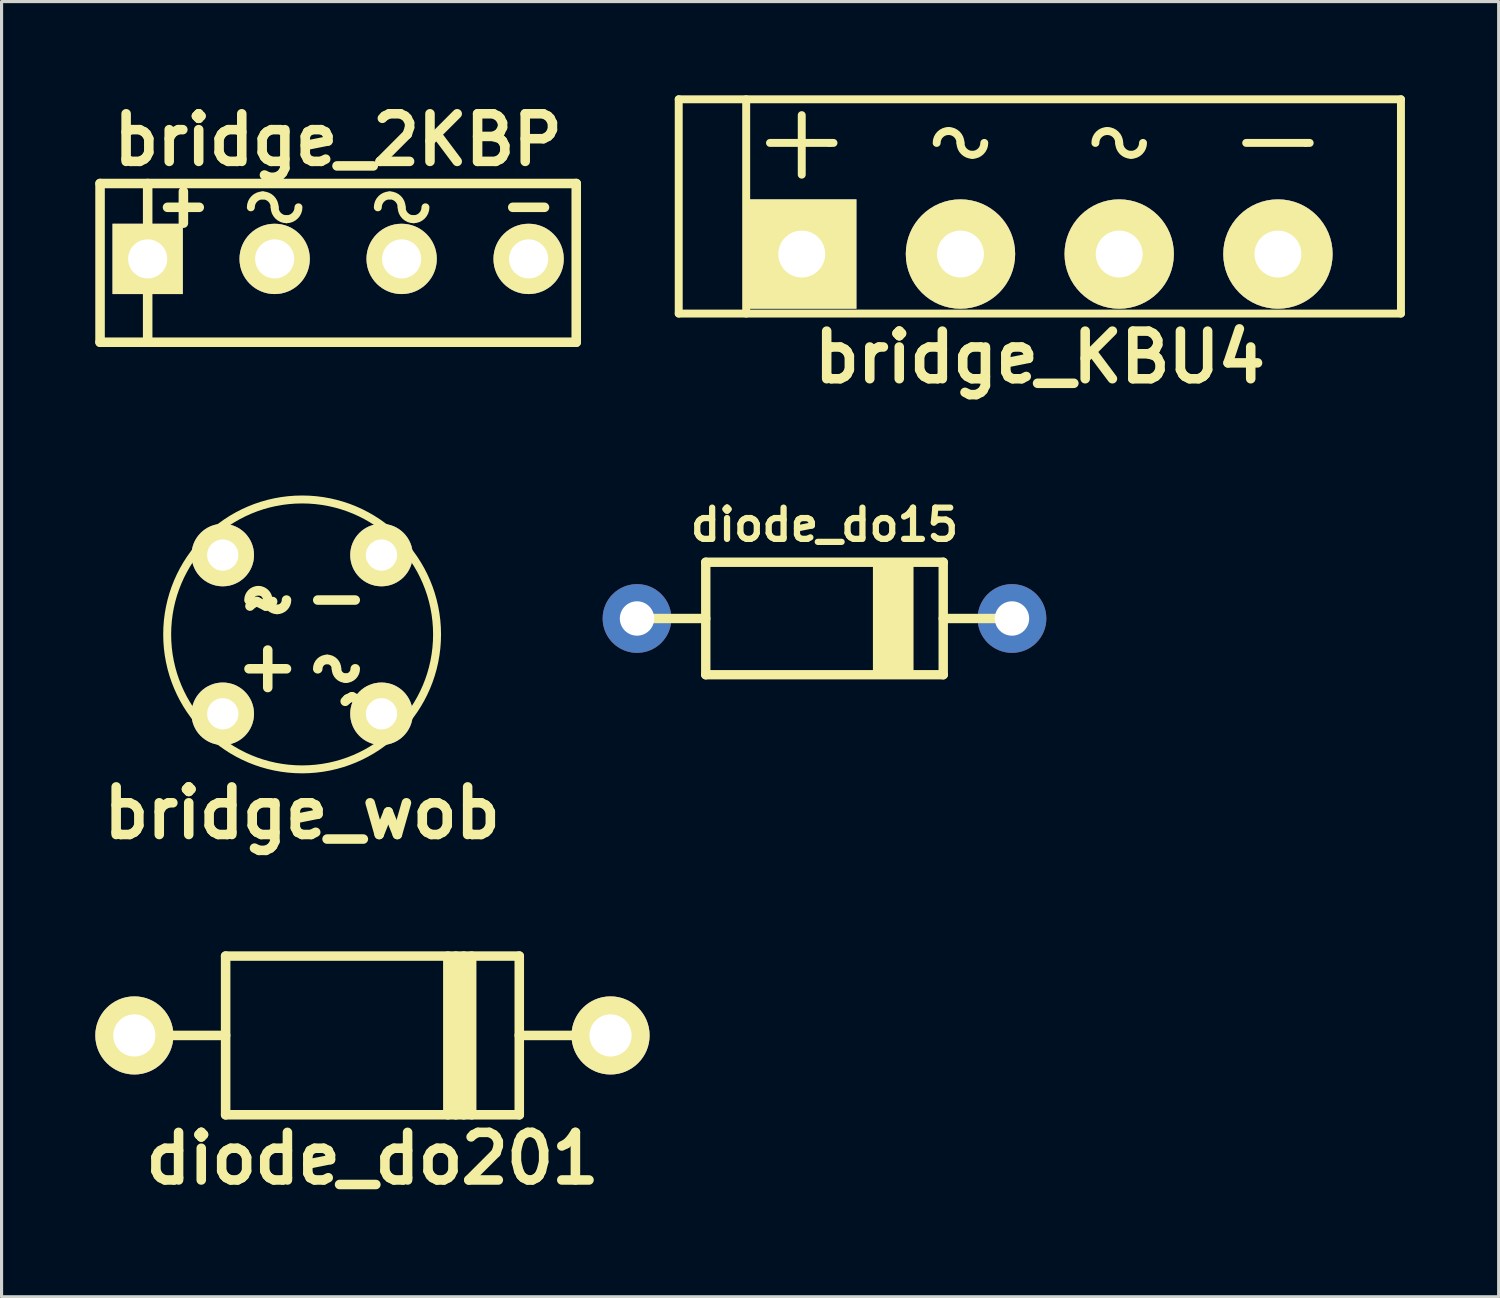
<source format=kicad_pcb>
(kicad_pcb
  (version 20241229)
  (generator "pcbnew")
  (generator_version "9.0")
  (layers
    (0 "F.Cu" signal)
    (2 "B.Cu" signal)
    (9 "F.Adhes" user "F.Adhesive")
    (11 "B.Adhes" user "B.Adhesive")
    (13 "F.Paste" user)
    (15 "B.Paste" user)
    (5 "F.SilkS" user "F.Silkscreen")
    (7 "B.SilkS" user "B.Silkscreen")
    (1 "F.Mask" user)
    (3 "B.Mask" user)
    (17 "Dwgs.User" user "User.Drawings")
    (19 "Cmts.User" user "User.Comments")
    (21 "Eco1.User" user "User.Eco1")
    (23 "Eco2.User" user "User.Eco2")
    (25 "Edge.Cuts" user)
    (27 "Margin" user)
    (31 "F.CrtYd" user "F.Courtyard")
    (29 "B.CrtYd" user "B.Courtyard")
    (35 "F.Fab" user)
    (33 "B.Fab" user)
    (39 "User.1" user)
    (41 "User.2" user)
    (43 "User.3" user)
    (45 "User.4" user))
  (footprint "diode_do201"
    (layer "F.Cu")
    (at 8.87 30.088)
    (property "Reference" "diode_do201" (at 0 3.937 0) (layer "F.SilkS") (effects (font (size 1.524 1.524) (thickness 0.305))))
    (attr through_hole)
    (fp_line (start -7.62 0) (end -4.699 0) (stroke (width 0.305) (type solid)) (layer "F.SilkS"))
    (fp_line (start -4.699 -2.54) (end 4.699 -2.54) (stroke (width 0.305) (type solid)) (layer "F.SilkS"))
    (fp_line (start -4.699 2.54) (end -4.699 -2.54) (stroke (width 0.305) (type solid)) (layer "F.SilkS"))
    (fp_line (start 2.413 2.54) (end 2.413 -2.54) (stroke (width 0.305) (type solid)) (layer "F.SilkS"))
    (fp_line (start 2.667 -2.54) (end 2.667 2.54) (stroke (width 0.305) (type solid)) (layer "F.SilkS"))
    (fp_line (start 2.921 2.54) (end 2.921 -2.54) (stroke (width 0.305) (type solid)) (layer "F.SilkS"))
    (fp_line (start 3.175 -2.54) (end 3.175 2.54) (stroke (width 0.305) (type solid)) (layer "F.SilkS"))
    (fp_line (start 4.699 -2.54) (end 4.699 2.54) (stroke (width 0.305) (type solid)) (layer "F.SilkS"))
    (fp_line (start 4.699 2.54) (end -4.699 2.54) (stroke (width 0.305) (type solid)) (layer "F.SilkS"))
    (fp_line (start 7.62 0) (end 4.699 0) (stroke (width 0.305) (type solid)) (layer "F.SilkS"))
    (pad "1" thru_hole circle (at -7.62 0) (size 2.5 2.5) (drill 1.35) (layers "*.Cu" "*.Mask" "F.SilkS"))
    (pad "2" thru_hole circle (at 7.62 0) (size 2.5 2.5) (drill 1.35) (layers "*.Cu" "*.Mask" "F.SilkS")))
  (footprint "bridge_2KBP"
    (layer "F.Cu")
    (at 7.772 5.236)
    (property "Reference" "bridge_2KBP" (at 0 -3.81 0) (layer "F.SilkS") (effects (font (size 1.524 1.524) (thickness 0.305))))
    (attr through_hole)
    (fp_line (start -7.62 -2.413) (end 7.62 -2.413) (stroke (width 0.305) (type solid)) (layer "F.SilkS"))
    (fp_line (start -7.62 2.667) (end -7.62 -2.413) (stroke (width 0.305) (type solid)) (layer "F.SilkS"))
    (fp_line (start -6.096 -2.413) (end -6.096 2.667) (stroke (width 0.305) (type solid)) (layer "F.SilkS"))
    (fp_line (start -4.953 -2.159) (end -4.953 -1.143) (stroke (width 0.305) (type solid)) (layer "F.SilkS"))
    (fp_line (start -4.445 -1.651) (end -5.461 -1.651) (stroke (width 0.305) (type solid)) (layer "F.SilkS"))
    (fp_line (start 6.604 -1.651) (end 5.588 -1.651) (stroke (width 0.305) (type solid)) (layer "F.SilkS"))
    (fp_line (start 7.62 -2.413) (end 7.62 2.667) (stroke (width 0.305) (type solid)) (layer "F.SilkS"))
    (fp_line (start 7.62 2.667) (end -7.62 2.667) (stroke (width 0.305) (type solid)) (layer "F.SilkS"))
    (fp_arc (start -2.794 -1.651) (mid -2.682408 -1.920408) (end -2.413 -2.032) (stroke (width 0.254) (type solid)) (layer "F.SilkS"))
    (fp_arc (start -2.413 -2.032) (mid -2.143592 -1.920408) (end -2.032 -1.651) (stroke (width 0.254) (type solid)) (layer "F.SilkS"))
    (fp_arc (start -1.651 -1.27) (mid -1.920408 -1.381592) (end -2.032 -1.651) (stroke (width 0.254) (type solid)) (layer "F.SilkS"))
    (fp_arc (start -1.27 -1.651) (mid -1.381592 -1.381592) (end -1.651 -1.27) (stroke (width 0.254) (type solid)) (layer "F.SilkS"))
    (fp_arc (start 1.27 -1.651) (mid 1.381592 -1.920408) (end 1.651 -2.032) (stroke (width 0.254) (type solid)) (layer "F.SilkS"))
    (fp_arc (start 1.651 -2.032) (mid 1.920408 -1.920408) (end 2.032 -1.651) (stroke (width 0.254) (type solid)) (layer "F.SilkS"))
    (fp_arc (start 2.413 -1.27) (mid 2.143592 -1.381592) (end 2.032 -1.651) (stroke (width 0.254) (type solid)) (layer "F.SilkS"))
    (fp_arc (start 2.794 -1.651) (mid 2.682408 -1.381592) (end 2.413 -1.27) (stroke (width 0.254) (type solid)) (layer "F.SilkS"))
    (pad "1" thru_hole rect (at -6.096 0) (size 2.25 2.25) (drill 1.25) (layers "*.Cu" "*.Mask" "F.SilkS"))
    (pad "2" thru_hole circle (at -2.032 0) (size 2.25 2.25) (drill 1.25) (layers "*.Cu" "*.Mask" "F.SilkS"))
    (pad "3" thru_hole circle (at 2.032 0) (size 2.25 2.25) (drill 1.25) (layers "*.Cu" "*.Mask" "F.SilkS"))
    (pad "4" thru_hole circle (at 6.096 0) (size 2.25 2.25) (drill 1.25) (layers "*.Cu" "*.Mask" "F.SilkS")))
  (footprint "bridge_KBU4"
    (layer "F.Cu")
    (at 30.229 5.08)
    (property "Reference" "bridge_KBU4" (at 0 3.302 0) (layer "F.SilkS") (effects (font (size 1.524 1.524) (thickness 0.305))))
    (attr through_hole)
    (fp_line (start -11.557 -4.953) (end -11.557 1.905) (stroke (width 0.254) (type solid)) (layer "F.SilkS"))
    (fp_line (start -11.557 1.905) (end 11.557 1.905) (stroke (width 0.254) (type solid)) (layer "F.SilkS"))
    (fp_line (start -9.398 -4.953) (end -9.398 1.905) (stroke (width 0.254) (type solid)) (layer "F.SilkS"))
    (fp_line (start -8.636 -3.556) (end -6.731 -3.556) (stroke (width 0.254) (type solid)) (layer "F.SilkS"))
    (fp_line (start -7.62 -4.445) (end -7.62 -2.54) (stroke (width 0.254) (type solid)) (layer "F.SilkS"))
    (fp_line (start -6.731 -3.556) (end -6.604 -3.556) (stroke (width 0.254) (type solid)) (layer "F.SilkS"))
    (fp_line (start 6.604 -3.556) (end 8.509 -3.556) (stroke (width 0.254) (type solid)) (layer "F.SilkS"))
    (fp_line (start 8.509 -3.556) (end 8.636 -3.556) (stroke (width 0.254) (type solid)) (layer "F.SilkS"))
    (fp_line (start 11.557 -4.953) (end -11.557 -4.953) (stroke (width 0.254) (type solid)) (layer "F.SilkS"))
    (fp_line (start 11.557 1.905) (end 11.557 -4.953) (stroke (width 0.254) (type solid)) (layer "F.SilkS"))
    (fp_arc (start -3.302 -3.556) (mid -3.190408 -3.825408) (end -2.921 -3.937) (stroke (width 0.254) (type solid)) (layer "F.SilkS"))
    (fp_arc (start -2.921 -3.937) (mid -2.651592 -3.825408) (end -2.54 -3.556) (stroke (width 0.254) (type solid)) (layer "F.SilkS"))
    (fp_arc (start -2.159 -3.175) (mid -2.428408 -3.286592) (end -2.54 -3.556) (stroke (width 0.254) (type solid)) (layer "F.SilkS"))
    (fp_arc (start -1.778 -3.556) (mid -1.889592 -3.286592) (end -2.159 -3.175) (stroke (width 0.254) (type solid)) (layer "F.SilkS"))
    (fp_arc (start 1.778 -3.556) (mid 1.889592 -3.825408) (end 2.159 -3.937) (stroke (width 0.254) (type solid)) (layer "F.SilkS"))
    (fp_arc (start 2.159 -3.937) (mid 2.428408 -3.825408) (end 2.54 -3.556) (stroke (width 0.254) (type solid)) (layer "F.SilkS"))
    (fp_arc (start 2.921 -3.175) (mid 2.651592 -3.286592) (end 2.54 -3.556) (stroke (width 0.254) (type solid)) (layer "F.SilkS"))
    (fp_arc (start 3.302 -3.556) (mid 3.190408 -3.286592) (end 2.921 -3.175) (stroke (width 0.254) (type solid)) (layer "F.SilkS"))
    (pad "1" thru_hole rect (at -7.62 0) (size 3.5 3.5) (drill 1.5) (layers "*.Cu" "*.Mask" "F.SilkS"))
    (pad "2" thru_hole circle (at -2.54 0) (size 3.5 3.5) (drill 1.5) (layers "*.Cu" "*.Mask" "F.SilkS"))
    (pad "3" thru_hole circle (at 2.54 0) (size 3.5 3.5) (drill 1.5) (layers "*.Cu" "*.Mask" "F.SilkS"))
    (pad "4" thru_hole circle (at 7.62 0) (size 3.5 3.5) (drill 1.5) (layers "*.Cu" "*.Mask" "F.SilkS")))
  (footprint "diode_do15"
    (layer "F.Cu")
    (at 23.337 16.744)
    (property "Reference" "diode_do15" (at 0 -3 0) (layer "F.SilkS") (effects (font (size 1 1) (thickness 0.2))))
    (attr through_hole)
    (fp_line (start -6 0) (end -3.8 0) (stroke (width 0.3) (type solid)) (layer "F.SilkS"))
    (fp_line (start -3.8 -1.8) (end 3.8 -1.8) (stroke (width 0.3) (type solid)) (layer "F.SilkS"))
    (fp_line (start -3.8 1.8) (end -3.8 -1.8) (stroke (width 0.3) (type solid)) (layer "F.SilkS"))
    (fp_line (start 3.8 -1.8) (end 3.8 1.8) (stroke (width 0.3) (type solid)) (layer "F.SilkS"))
    (fp_line (start 3.8 1.8) (end -3.8 1.8) (stroke (width 0.3) (type solid)) (layer "F.SilkS"))
    (fp_line (start 6 0) (end 3.8 0) (stroke (width 0.3) (type solid)) (layer "F.SilkS"))
    (fp_poly (pts (xy 2.8 1.8) (xy 1.6 1.8) (xy 1.6 -1.8) (xy 2.8 -1.8)) (stroke (width 0.1) (type solid)) (fill yes) (layer "F.SilkS"))
    (pad "1" thru_hole circle (at -6 0) (size 2.2 2.2) (drill 1.1) (layers "*.Cu" "*.Mask"))
    (pad "2" thru_hole circle (at 6 0) (size 2.2 2.2) (drill 1.1) (layers "*.Cu" "*.Mask")))
  (footprint "bridge_wob"
    (layer "F.Cu")
    (at 6.619 17.254)
    (property "Reference" "bridge_wob" (at 0 5.715 0) (layer "F.SilkS") (effects (font (size 1.524 1.524) (thickness 0.305))))
    (attr through_hole)
    (fp_line (start -1.1 0.5) (end -1.1 1.7) (stroke (width 0.305) (type solid)) (layer "F.SilkS"))
    (fp_line (start -0.5 1.1) (end -1.7 1.1) (stroke (width 0.305) (type solid)) (layer "F.SilkS"))
    (fp_line (start 1.7 -1.1) (end 0.5 -1.1) (stroke (width 0.305) (type solid)) (layer "F.SilkS"))
    (fp_arc (start -1.7 -1.1) (mid -1.612132 -1.312132) (end -1.4 -1.4) (stroke (width 0.3048) (type solid)) (layer "F.SilkS"))
    (fp_arc (start -1.4 -1.4) (mid -1.187868 -1.312132) (end -1.1 -1.1) (stroke (width 0.3048) (type solid)) (layer "F.SilkS"))
    (fp_arc (start -0.8 -0.8) (mid -1.012132 -0.887868) (end -1.1 -1.1) (stroke (width 0.3048) (type solid)) (layer "F.SilkS"))
    (fp_arc (start -0.5 -1.1) (mid -0.587868 -0.887868) (end -0.8 -0.8) (stroke (width 0.3048) (type solid)) (layer "F.SilkS"))
    (fp_arc (start 0.5 1.1) (mid 0.587868 0.887868) (end 0.8 0.8) (stroke (width 0.3048) (type solid)) (layer "F.SilkS"))
    (fp_arc (start 0.8 0.8) (mid 1.012132 0.887868) (end 1.1 1.1) (stroke (width 0.3048) (type solid)) (layer "F.SilkS"))
    (fp_arc (start 1.4 1.4) (mid 1.187868 1.312132) (end 1.1 1.1) (stroke (width 0.3048) (type solid)) (layer "F.SilkS"))
    (fp_arc (start 1.7 1.1) (mid 1.612132 1.312132) (end 1.4 1.4) (stroke (width 0.3048) (type solid)) (layer "F.SilkS"))
    (fp_circle (center 0 0) (end -4.318 -0.076) (stroke (width 0.254) (type solid)) (fill no) (layer "F.SilkS"))
    (fp_text user "~" (at 1.778 2.032 0) (layer "F.SilkS") (effects (font (size 1.524 1.524) (thickness 0.305))))
    (fp_text user "~" (at -1.27 -1.016 0) (layer "F.SilkS") (effects (font (size 1.524 1.524) (thickness 0.305))))
    (pad "1" thru_hole circle (at -2.54 2.54) (size 2 2) (drill 1) (layers "*.Cu" "*.Mask" "F.SilkS"))
    (pad "2" thru_hole circle (at 2.54 2.54) (size 2 2) (drill 1) (layers "*.Cu" "*.Mask" "F.SilkS"))
    (pad "3" thru_hole circle (at -2.54 -2.54) (size 2 2) (drill 1) (layers "*.Cu" "*.Mask" "F.SilkS"))
    (pad "4" thru_hole circle (at 2.54 -2.54) (size 2 2) (drill 1) (layers "*.Cu" "*.Mask" "F.SilkS")))
  (gr_rect
    (start -3 -3)
    (end 44.913 38.451)
    (stroke (width 0.1) (type default))
    (fill no)
    (layer "Edge.Cuts")))
</source>
